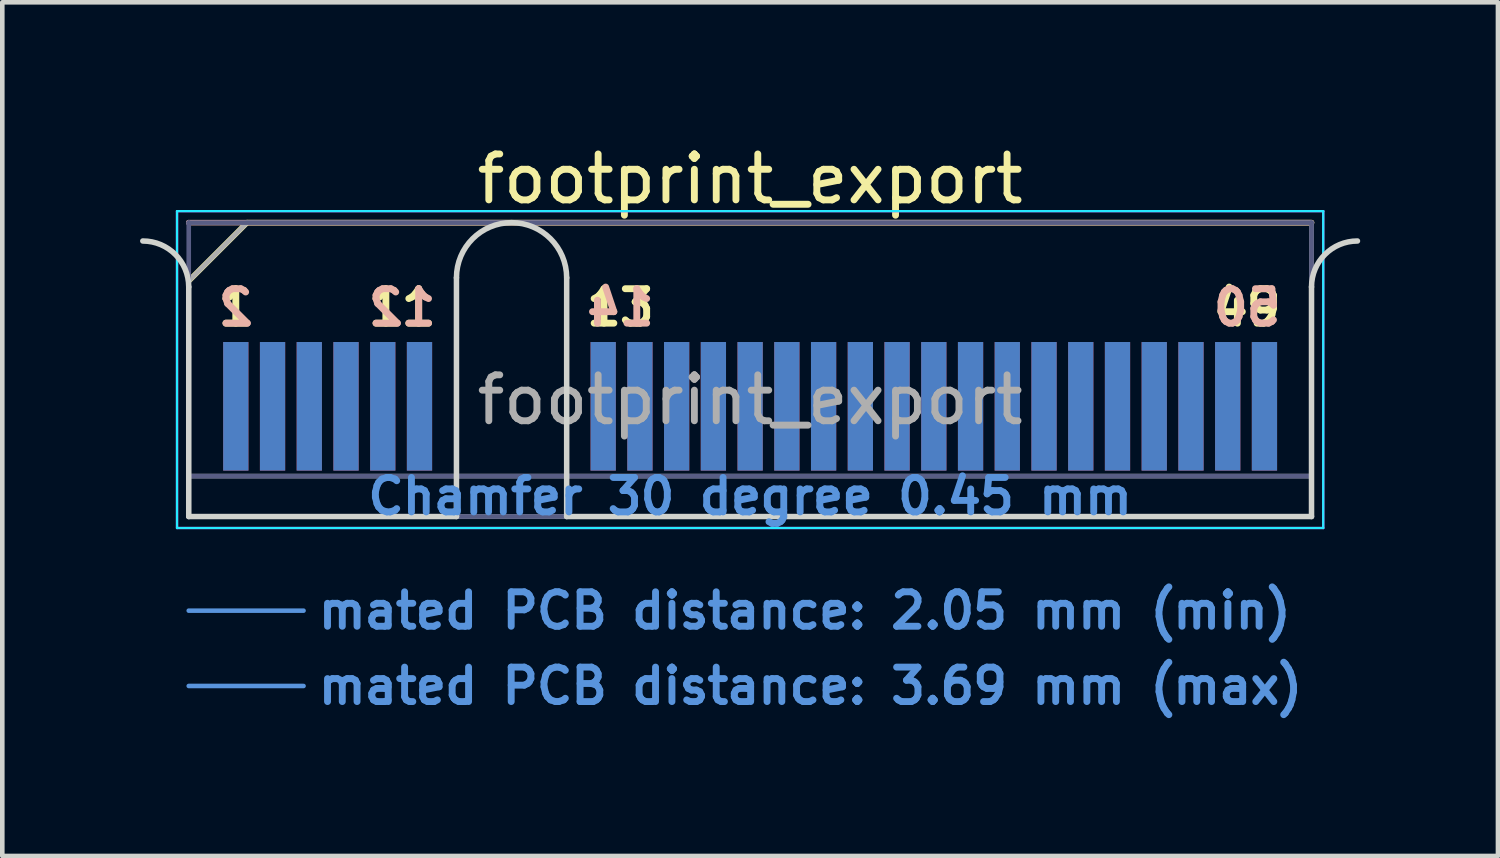
<source format=kicad_pcb>
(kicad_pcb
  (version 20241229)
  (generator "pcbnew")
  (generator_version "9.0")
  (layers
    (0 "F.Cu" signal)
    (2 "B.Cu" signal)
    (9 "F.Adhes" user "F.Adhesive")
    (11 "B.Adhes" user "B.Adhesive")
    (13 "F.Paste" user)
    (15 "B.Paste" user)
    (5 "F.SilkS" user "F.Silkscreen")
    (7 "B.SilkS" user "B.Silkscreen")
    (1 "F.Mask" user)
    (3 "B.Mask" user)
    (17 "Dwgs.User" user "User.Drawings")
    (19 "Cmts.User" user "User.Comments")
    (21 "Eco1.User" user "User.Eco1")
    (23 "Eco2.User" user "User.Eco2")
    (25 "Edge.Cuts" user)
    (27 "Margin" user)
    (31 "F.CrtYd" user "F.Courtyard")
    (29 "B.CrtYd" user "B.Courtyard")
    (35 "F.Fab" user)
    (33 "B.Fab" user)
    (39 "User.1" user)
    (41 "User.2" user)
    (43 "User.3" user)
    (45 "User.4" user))
  (footprint "footprint_export"
    (layer "F.Cu")
    (at 13.285 8.198)
    (property "Reference" "footprint_export" (at 0 -7.35 0) (layer "F.SilkS") (effects (font (size 1 1) (thickness 0.15))))
    (attr exclude_from_pos_files exclude_from_bom)
    (fp_line (start -12.225 -5.13) (end -10.955 -6.4) (stroke (width 0.12) (type solid)) (layer "F.SilkS"))
    (fp_line (start -10.955 -6.4) (end 12.225 -6.4) (stroke (width 0.12) (type solid)) (layer "F.SilkS"))
    (fp_line (start -12.225 -6.4) (end -12.225 -6.4) (stroke (width 0.12) (type solid)) (layer "B.SilkS"))
    (fp_line (start -12.225 -6.4) (end 12.225 -6.4) (stroke (width 0.12) (type solid)) (layer "B.SilkS"))
    (fp_line (start -12.225 2.05) (end -9.725 2.05) (stroke (width 0.1) (type solid)) (layer "Cmts.User"))
    (fp_line (start -12.225 3.69) (end -9.725 3.69) (stroke (width 0.1) (type solid)) (layer "Cmts.User"))
    (fp_line (start -12.225 -5) (end -12.225 0) (stroke (width 0.12) (type solid)) (layer "Edge.Cuts"))
    (fp_line (start -12.225 0) (end -6.395 0) (stroke (width 0.12) (type solid)) (layer "Edge.Cuts"))
    (fp_line (start -6.395 0) (end -6.395 -5.2) (stroke (width 0.12) (type solid)) (layer "Edge.Cuts"))
    (fp_line (start -3.995 -5.2) (end -3.995 0) (stroke (width 0.12) (type solid)) (layer "Edge.Cuts"))
    (fp_line (start -3.995 0) (end 12.225 0) (stroke (width 0.12) (type solid)) (layer "Edge.Cuts"))
    (fp_line (start 12.225 0) (end 12.225 -5) (stroke (width 0.12) (type solid)) (layer "Edge.Cuts"))
    (fp_arc (start -13.225 -6) (mid -12.517893 -5.707107) (end -12.225 -5) (stroke (width 0.12) (type solid)) (layer "Edge.Cuts"))
    (fp_arc (start -6.395 -5.2) (mid -5.195 -6.4) (end -3.995 -5.2) (stroke (width 0.12) (type solid)) (layer "Edge.Cuts"))
    (fp_arc (start 12.225 -5) (mid 12.517893 -5.707107) (end 13.225 -6) (stroke (width 0.12) (type solid)) (layer "Edge.Cuts"))
    (fp_line (start -12.48 -6.65) (end -12.48 0.25) (stroke (width 0.05) (type solid)) (layer "B.CrtYd"))
    (fp_line (start -12.48 0.25) (end 12.48 0.25) (stroke (width 0.05) (type solid)) (layer "B.CrtYd"))
    (fp_line (start 12.48 -6.65) (end -12.48 -6.65) (stroke (width 0.05) (type solid)) (layer "B.CrtYd"))
    (fp_line (start 12.48 0.25) (end 12.48 -6.65) (stroke (width 0.05) (type solid)) (layer "B.CrtYd"))
    (fp_line (start -12.48 -6.65) (end -12.48 0.25) (stroke (width 0.05) (type solid)) (layer "F.CrtYd"))
    (fp_line (start -12.48 0.25) (end 12.48 0.25) (stroke (width 0.05) (type solid)) (layer "F.CrtYd"))
    (fp_line (start 12.48 -6.65) (end -12.48 -6.65) (stroke (width 0.05) (type solid)) (layer "F.CrtYd"))
    (fp_line (start 12.48 0.25) (end 12.48 -6.65) (stroke (width 0.05) (type solid)) (layer "F.CrtYd"))
    (fp_line (start -12.225 -6.4) (end -12.225 -6.4) (stroke (width 0.1) (type solid)) (layer "B.Fab"))
    (fp_line (start -12.225 -6.4) (end -12.225 0) (stroke (width 0.1) (type solid)) (layer "B.Fab"))
    (fp_line (start -12.225 -6.4) (end 12.225 -6.4) (stroke (width 0.1) (type solid)) (layer "B.Fab"))
    (fp_line (start -12.225 -0.88) (end 12.225 -0.88) (stroke (width 0.1) (type solid)) (layer "B.Fab"))
    (fp_line (start -12.225 0) (end 12.225 0) (stroke (width 0.1) (type solid)) (layer "B.Fab"))
    (fp_line (start 12.225 -6.4) (end 12.225 0) (stroke (width 0.1) (type solid)) (layer "B.Fab"))
    (fp_line (start -12.225 -5.13) (end -12.225 0) (stroke (width 0.1) (type solid)) (layer "F.Fab"))
    (fp_line (start -12.225 -5.13) (end -10.955 -6.4) (stroke (width 0.1) (type solid)) (layer "F.Fab"))
    (fp_line (start -12.225 -0.88) (end 12.225 -0.88) (stroke (width 0.1) (type solid)) (layer "F.Fab"))
    (fp_line (start -12.225 0) (end 12.225 0) (stroke (width 0.1) (type solid)) (layer "F.Fab"))
    (fp_line (start -10.955 -6.4) (end 12.225 -6.4) (stroke (width 0.1) (type solid)) (layer "F.Fab"))
    (fp_line (start 12.225 -6.4) (end 12.225 0) (stroke (width 0.1) (type solid)) (layer "F.Fab"))
    (fp_text user "11" (at -7.575 -4.55 0) (layer "F.SilkS") (effects (font (size 0.75 0.75) (thickness 0.15))))
    (fp_text user "13" (at -2.825 -4.55 0) (layer "F.SilkS") (effects (font (size 0.75 0.75) (thickness 0.15))))
    (fp_text user "1" (at -11.2 -4.55 0) (layer "F.SilkS") (effects (font (size 0.75 0.75) (thickness 0.15))))
    (fp_text user "49" (at 10.825 -4.55 0) (layer "F.SilkS") (effects (font (size 0.75 0.75) (thickness 0.15))))
    (fp_text user "12" (at -7.575 -4.55 0) (layer "B.SilkS") (effects (font (size 0.75 0.75) (thickness 0.15)) (justify mirror)))
    (fp_text user "14" (at -2.825 -4.55 0) (layer "B.SilkS") (effects (font (size 0.75 0.75) (thickness 0.15)) (justify mirror)))
    (fp_text user "2" (at -11.2 -4.55 0) (layer "B.SilkS") (effects (font (size 0.75 0.75) (thickness 0.15)) (justify mirror)))
    (fp_text user "50" (at 10.825 -4.55 0) (layer "B.SilkS") (effects (font (size 0.75 0.75) (thickness 0.15)) (justify mirror)))
    (fp_text user "mated PCB distance: 3.69 mm (max)" (at -9.48 3.69 0) (layer "Cmts.User") (effects (font (size 0.75 0.75) (thickness 0.15)) (justify left)))
    (fp_text user "mated PCB distance: 2.05 mm (min)" (at -9.48 2.05 0) (layer "Cmts.User") (effects (font (size 0.75 0.75) (thickness 0.15)) (justify left)))
    (fp_text user "Chamfer 30 degree 0.45 mm" (at 0 -0.44 0) (layer "Cmts.User") (effects (font (size 0.75 0.75) (thickness 0.15))))
    (fp_text user "${REFERENCE}" (at 0 -2.54 0) (layer "F.Fab") (effects (font (size 1 1) (thickness 0.15))))
    (pad "1" connect rect (at -11.2 -2.4) (size 0.55 2.8) (layers "F.Cu" "F.Mask"))
    (pad "2" connect rect (at -11.2 -2.4) (size 0.55 2.8) (layers "B.Cu" "B.Mask"))
    (pad "3" connect rect (at -10.4 -2.4) (size 0.55 2.8) (layers "F.Cu" "F.Mask"))
    (pad "4" connect rect (at -10.4 -2.4) (size 0.55 2.8) (layers "B.Cu" "B.Mask"))
    (pad "5" connect rect (at -9.6 -2.4) (size 0.55 2.8) (layers "F.Cu" "F.Mask"))
    (pad "6" connect rect (at -9.6 -2.4) (size 0.55 2.8) (layers "B.Cu" "B.Mask"))
    (pad "7" connect rect (at -8.8 -2.4) (size 0.55 2.8) (layers "F.Cu" "F.Mask"))
    (pad "8" connect rect (at -8.8 -2.4) (size 0.55 2.8) (layers "B.Cu" "B.Mask"))
    (pad "9" connect rect (at -8 -2.4) (size 0.55 2.8) (layers "F.Cu" "F.Mask"))
    (pad "10" connect rect (at -8 -2.4) (size 0.55 2.8) (layers "B.Cu" "B.Mask"))
    (pad "11" connect rect (at -7.2 -2.4) (size 0.55 2.8) (layers "F.Cu" "F.Mask"))
    (pad "12" connect rect (at -7.2 -2.4) (size 0.55 2.8) (layers "B.Cu" "B.Mask"))
    (pad "13" connect rect (at -3.2 -2.4) (size 0.55 2.8) (layers "F.Cu" "F.Mask"))
    (pad "14" connect rect (at -3.2 -2.4) (size 0.55 2.8) (layers "B.Cu" "B.Mask"))
    (pad "15" connect rect (at -2.4 -2.4) (size 0.55 2.8) (layers "F.Cu" "F.Mask"))
    (pad "16" connect rect (at -2.4 -2.4) (size 0.55 2.8) (layers "B.Cu" "B.Mask"))
    (pad "17" connect rect (at -1.6 -2.4) (size 0.55 2.8) (layers "F.Cu" "F.Mask"))
    (pad "18" connect rect (at -1.6 -2.4) (size 0.55 2.8) (layers "B.Cu" "B.Mask"))
    (pad "19" connect rect (at -0.8 -2.4) (size 0.55 2.8) (layers "F.Cu" "F.Mask"))
    (pad "20" connect rect (at -0.8 -2.4) (size 0.55 2.8) (layers "B.Cu" "B.Mask"))
    (pad "21" connect rect (at 0 -2.4) (size 0.55 2.8) (layers "F.Cu" "F.Mask"))
    (pad "22" connect rect (at 0 -2.4) (size 0.55 2.8) (layers "B.Cu" "B.Mask"))
    (pad "23" connect rect (at 0.8 -2.4) (size 0.55 2.8) (layers "F.Cu" "F.Mask"))
    (pad "24" connect rect (at 0.8 -2.4) (size 0.55 2.8) (layers "B.Cu" "B.Mask"))
    (pad "25" connect rect (at 1.6 -2.4) (size 0.55 2.8) (layers "F.Cu" "F.Mask"))
    (pad "26" connect rect (at 1.6 -2.4) (size 0.55 2.8) (layers "B.Cu" "B.Mask"))
    (pad "27" connect rect (at 2.4 -2.4) (size 0.55 2.8) (layers "F.Cu" "F.Mask"))
    (pad "28" connect rect (at 2.4 -2.4) (size 0.55 2.8) (layers "B.Cu" "B.Mask"))
    (pad "29" connect rect (at 3.2 -2.4) (size 0.55 2.8) (layers "F.Cu" "F.Mask"))
    (pad "30" connect rect (at 3.2 -2.4) (size 0.55 2.8) (layers "B.Cu" "B.Mask"))
    (pad "31" connect rect (at 4 -2.4) (size 0.55 2.8) (layers "F.Cu" "F.Mask"))
    (pad "32" connect rect (at 4 -2.4) (size 0.55 2.8) (layers "B.Cu" "B.Mask"))
    (pad "33" connect rect (at 4.8 -2.4) (size 0.55 2.8) (layers "F.Cu" "F.Mask"))
    (pad "34" connect rect (at 4.8 -2.4) (size 0.55 2.8) (layers "B.Cu" "B.Mask"))
    (pad "35" connect rect (at 5.6 -2.4) (size 0.55 2.8) (layers "F.Cu" "F.Mask"))
    (pad "36" connect rect (at 5.6 -2.4) (size 0.55 2.8) (layers "B.Cu" "B.Mask"))
    (pad "37" connect rect (at 6.4 -2.4) (size 0.55 2.8) (layers "F.Cu" "F.Mask"))
    (pad "38" connect rect (at 6.4 -2.4) (size 0.55 2.8) (layers "B.Cu" "B.Mask"))
    (pad "39" connect rect (at 7.2 -2.4) (size 0.55 2.8) (layers "F.Cu" "F.Mask"))
    (pad "40" connect rect (at 7.2 -2.4) (size 0.55 2.8) (layers "B.Cu" "B.Mask"))
    (pad "41" connect rect (at 8 -2.4) (size 0.55 2.8) (layers "F.Cu" "F.Mask"))
    (pad "42" connect rect (at 8 -2.4) (size 0.55 2.8) (layers "B.Cu" "B.Mask"))
    (pad "43" connect rect (at 8.8 -2.4) (size 0.55 2.8) (layers "F.Cu" "F.Mask"))
    (pad "44" connect rect (at 8.8 -2.4) (size 0.55 2.8) (layers "B.Cu" "B.Mask"))
    (pad "45" connect rect (at 9.6 -2.4) (size 0.55 2.8) (layers "F.Cu" "F.Mask"))
    (pad "46" connect rect (at 9.6 -2.4) (size 0.55 2.8) (layers "B.Cu" "B.Mask"))
    (pad "47" connect rect (at 10.4 -2.4) (size 0.55 2.8) (layers "F.Cu" "F.Mask"))
    (pad "48" connect rect (at 10.4 -2.4) (size 0.55 2.8) (layers "B.Cu" "B.Mask"))
    (pad "49" connect rect (at 11.2 -2.4) (size 0.55 2.8) (layers "F.Cu" "F.Mask"))
    (pad "50" connect rect (at 11.2 -2.4) (size 0.55 2.8) (layers "B.Cu" "B.Mask")))
  (gr_rect
    (start -3 -3)
    (end 29.57 15.59)
    (stroke (width 0.1) (type default))
    (fill no)
    (layer "Edge.Cuts")))
</source>
